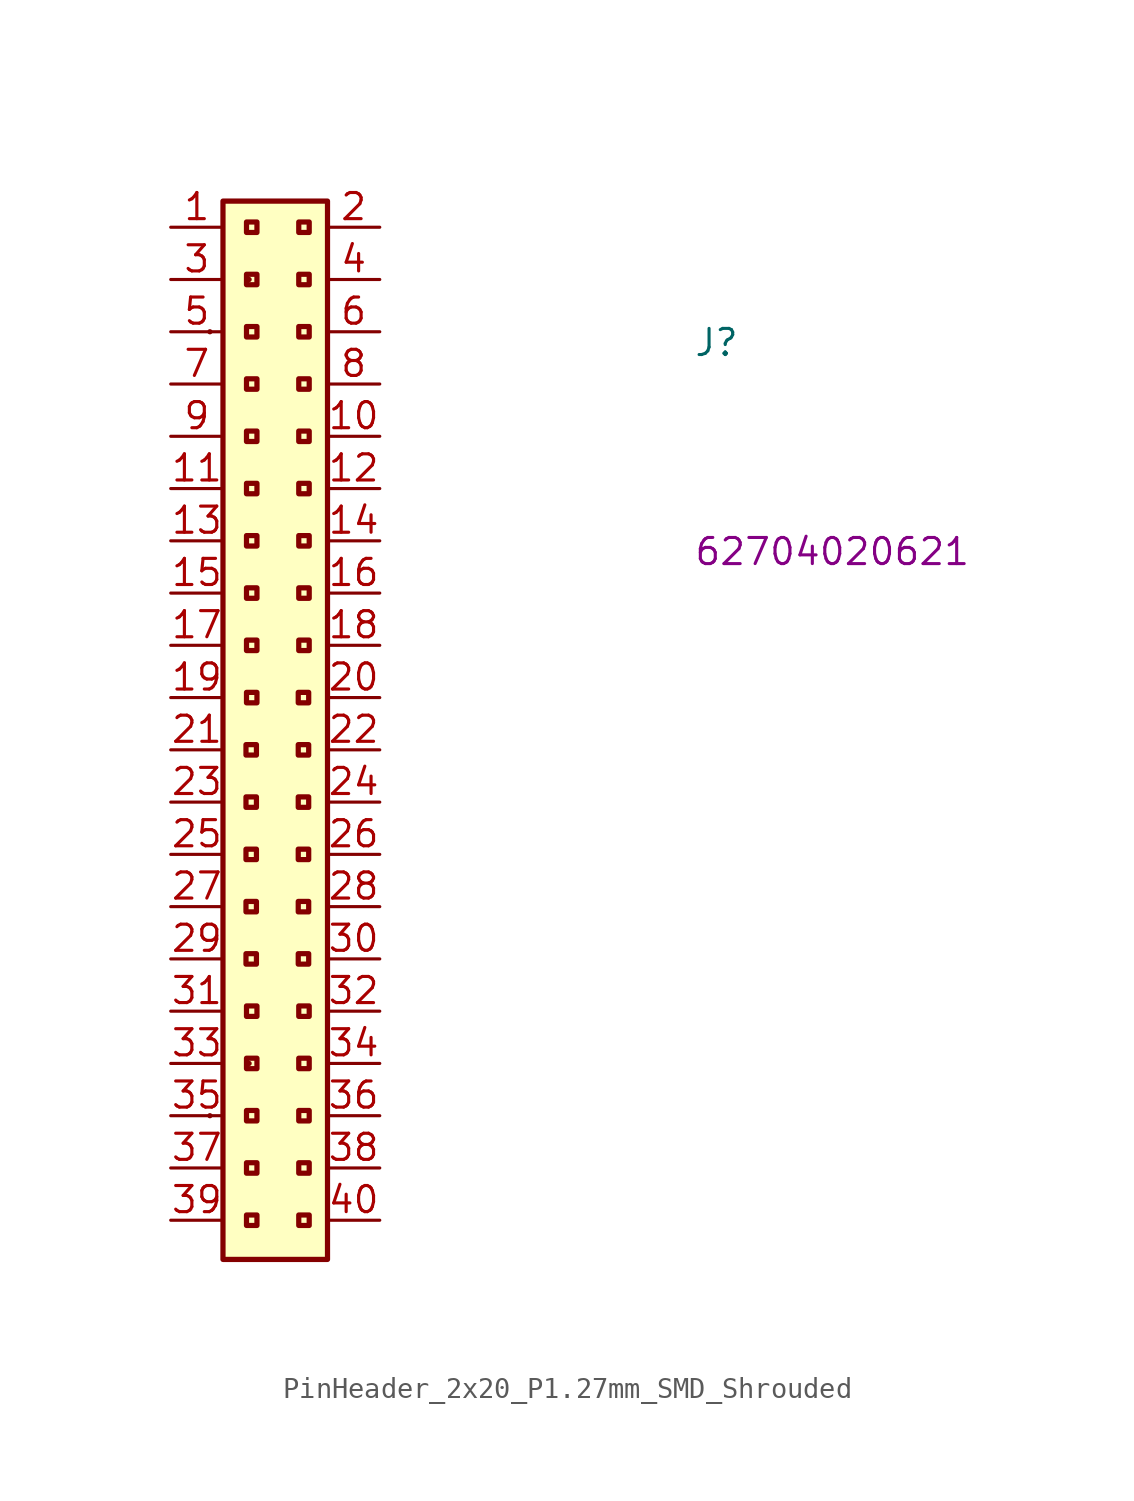
<source format=kicad_sym>
(kicad_symbol_lib
  (version 20220914)
  (generator kicad_symbol_editor)
  (symbol "PinHeader_2x20_P1.27mm_SMD_Shrouded"
    (property "Reference" "J"
      (at 25.4 -6.35 0)
      (effects (font (size 1.27 1.27) (thickness 0.15)) (justify left bottom)))
    (property "MPN" "62704020621"
      (at 25.4 -16.51 0)
      (effects (font (size 1.27 1.27) (thickness 0.15)) (justify left bottom)))
    (symbol "PinHeader_2x20_P1.27mm_SMD_Shrouded_1_1"
      (rectangle (start 1.905 -43.18) (end 1.905 -43.18) (stroke (width 0.254) (type default)) (fill (type background)))
      (rectangle (start 1.905 -5.08) (end 1.905 -5.08) (stroke (width 0.254) (type default)) (fill (type background)))
      (rectangle (start 2.54 1.27) (end 7.62 -50.165) (stroke (width 0.254) (type default)) (fill (type background)))
      (rectangle (start 3.81 -40.64) (end 3.81 -40.64) (stroke (width 0.254) (type default)) (fill (type background)))
      (rectangle (start 3.81 -2.54) (end 3.81 -2.54) (stroke (width 0.254) (type default)) (fill (type background)))
      (rectangle (start 4.166 -35.814) (end 3.658 -35.306) (stroke (width 0.254) (type default)) (fill (type background)))
      (rectangle (start 4.166 -33.274) (end 3.658 -32.766) (stroke (width 0.254) (type default)) (fill (type background)))
      (rectangle (start 4.166 -30.734) (end 3.658 -30.226) (stroke (width 0.254) (type default)) (fill (type background)))
      (rectangle (start 4.166 -28.194) (end 3.658 -27.686) (stroke (width 0.254) (type default)) (fill (type background)))
      (rectangle (start 4.166 -25.654) (end 3.658 -25.146) (stroke (width 0.254) (type default)) (fill (type background)))
      (rectangle (start 4.191 -48.514) (end 3.683 -48.006) (stroke (width 0.254) (type default)) (fill (type background)))
      (rectangle (start 4.191 -45.974) (end 3.683 -45.466) (stroke (width 0.254) (type default)) (fill (type background)))
      (rectangle (start 4.191 -43.434) (end 3.683 -42.926) (stroke (width 0.254) (type default)) (fill (type background)))
      (rectangle (start 4.191 -40.894) (end 3.683 -40.386) (stroke (width 0.254) (type default)) (fill (type background)))
      (rectangle (start 4.191 -38.354) (end 3.683 -37.846) (stroke (width 0.254) (type default)) (fill (type background)))
      (rectangle (start 4.191 -23.114) (end 3.683 -22.606) (stroke (width 0.254) (type default)) (fill (type background)))
      (rectangle (start 4.191 -20.574) (end 3.683 -20.066) (stroke (width 0.254) (type default)) (fill (type background)))
      (rectangle (start 4.191 -18.034) (end 3.683 -17.526) (stroke (width 0.254) (type default)) (fill (type background)))
      (rectangle (start 4.191 -15.494) (end 3.683 -14.986) (stroke (width 0.254) (type default)) (fill (type background)))
      (rectangle (start 4.191 -12.954) (end 3.683 -12.446) (stroke (width 0.254) (type default)) (fill (type background)))
      (rectangle (start 4.191 -10.414) (end 3.683 -9.906) (stroke (width 0.254) (type default)) (fill (type background)))
      (rectangle (start 4.191 -7.874) (end 3.683 -7.366) (stroke (width 0.254) (type default)) (fill (type background)))
      (rectangle (start 4.191 -5.334) (end 3.683 -4.826) (stroke (width 0.254) (type default)) (fill (type background)))
      (rectangle (start 4.191 -2.794) (end 3.683 -2.286) (stroke (width 0.254) (type default)) (fill (type background)))
      (rectangle (start 4.191 -0.254) (end 3.683 0.254) (stroke (width 0.254) (type default)) (fill (type background)))
      (rectangle (start 6.706 -35.814) (end 6.198 -35.306) (stroke (width 0.254) (type default)) (fill (type background)))
      (rectangle (start 6.706 -33.274) (end 6.198 -32.766) (stroke (width 0.254) (type default)) (fill (type background)))
      (rectangle (start 6.706 -30.734) (end 6.198 -30.226) (stroke (width 0.254) (type default)) (fill (type background)))
      (rectangle (start 6.706 -28.194) (end 6.198 -27.686) (stroke (width 0.254) (type default)) (fill (type background)))
      (rectangle (start 6.706 -25.654) (end 6.198 -25.146) (stroke (width 0.254) (type default)) (fill (type background)))
      (rectangle (start 6.706 -23.114) (end 6.198 -22.606) (stroke (width 0.254) (type default)) (fill (type background)))
      (rectangle (start 6.731 -48.514) (end 6.223 -48.006) (stroke (width 0.254) (type default)) (fill (type background)))
      (rectangle (start 6.731 -45.974) (end 6.223 -45.466) (stroke (width 0.254) (type default)) (fill (type background)))
      (rectangle (start 6.731 -43.434) (end 6.223 -42.926) (stroke (width 0.254) (type default)) (fill (type background)))
      (rectangle (start 6.731 -40.894) (end 6.223 -40.386) (stroke (width 0.254) (type default)) (fill (type background)))
      (rectangle (start 6.731 -38.354) (end 6.223 -37.846) (stroke (width 0.254) (type default)) (fill (type background)))
      (rectangle (start 6.731 -20.574) (end 6.223 -20.066) (stroke (width 0.254) (type default)) (fill (type background)))
      (rectangle (start 6.731 -18.034) (end 6.223 -17.526) (stroke (width 0.254) (type default)) (fill (type background)))
      (rectangle (start 6.731 -15.494) (end 6.223 -14.986) (stroke (width 0.254) (type default)) (fill (type background)))
      (rectangle (start 6.731 -12.954) (end 6.223 -12.446) (stroke (width 0.254) (type default)) (fill (type background)))
      (rectangle (start 6.731 -10.414) (end 6.223 -9.906) (stroke (width 0.254) (type default)) (fill (type background)))
      (rectangle (start 6.731 -7.874) (end 6.223 -7.366) (stroke (width 0.254) (type default)) (fill (type background)))
      (rectangle (start 6.731 -5.334) (end 6.223 -4.826) (stroke (width 0.254) (type default)) (fill (type background)))
      (rectangle (start 6.731 -2.794) (end 6.223 -2.286) (stroke (width 0.254) (type default)) (fill (type background)))
      (rectangle (start 6.731 -0.254) (end 6.223 0.254) (stroke (width 0.254) (type default)) (fill (type background)))
      (pin passive line (at 0 0 0) (length 2.54) (name "~" (effects (font (size 1.27 1.27)))) (number "1" (effects (font (size 1.27 1.27)))))
      (pin passive line (at 10.16 -10.16 180) (length 2.54) (name "~" (effects (font (size 1.27 1.27)))) (number "10" (effects (font (size 1.27 1.27)))))
      (pin passive line (at 0 -12.7 0) (length 2.54) (name "~" (effects (font (size 1.27 1.27)))) (number "11" (effects (font (size 1.27 1.27)))))
      (pin passive line (at 10.16 -12.7 180) (length 2.54) (name "~" (effects (font (size 1.27 1.27)))) (number "12" (effects (font (size 1.27 1.27)))))
      (pin passive line (at 0 -15.24 0) (length 2.54) (name "~" (effects (font (size 1.27 1.27)))) (number "13" (effects (font (size 1.27 1.27)))))
      (pin passive line (at 10.16 -15.24 180) (length 2.54) (name "~" (effects (font (size 1.27 1.27)))) (number "14" (effects (font (size 1.27 1.27)))))
      (pin passive line (at 0 -17.78 0) (length 2.54) (name "~" (effects (font (size 1.27 1.27)))) (number "15" (effects (font (size 1.27 1.27)))))
      (pin passive line (at 10.16 -17.78 180) (length 2.54) (name "~" (effects (font (size 1.27 1.27)))) (number "16" (effects (font (size 1.27 1.27)))))
      (pin passive line (at 0 -20.32 0) (length 2.54) (name "~" (effects (font (size 1.27 1.27)))) (number "17" (effects (font (size 1.27 1.27)))))
      (pin passive line (at 10.16 -20.32 180) (length 2.54) (name "~" (effects (font (size 1.27 1.27)))) (number "18" (effects (font (size 1.27 1.27)))))
      (pin passive line (at 0 -22.86 0) (length 2.54) (name "~" (effects (font (size 1.27 1.27)))) (number "19" (effects (font (size 1.27 1.27)))))
      (pin passive line (at 10.16 0 180) (length 2.54) (name "~" (effects (font (size 1.27 1.27)))) (number "2" (effects (font (size 1.27 1.27)))))
      (pin passive line (at 10.16 -22.86 180) (length 2.54) (name "~" (effects (font (size 1.27 1.27)))) (number "20" (effects (font (size 1.27 1.27)))))
      (pin passive line (at 0 -25.4 0) (length 2.54) (name "~" (effects (font (size 1.27 1.27)))) (number "21" (effects (font (size 1.27 1.27)))))
      (pin passive line (at 10.16 -25.4 180) (length 2.54) (name "~" (effects (font (size 1.27 1.27)))) (number "22" (effects (font (size 1.27 1.27)))))
      (pin passive line (at 0 -27.94 0) (length 2.54) (name "~" (effects (font (size 1.27 1.27)))) (number "23" (effects (font (size 1.27 1.27)))))
      (pin passive line (at 10.16 -27.94 180) (length 2.54) (name "~" (effects (font (size 1.27 1.27)))) (number "24" (effects (font (size 1.27 1.27)))))
      (pin passive line (at 0 -30.48 0) (length 2.54) (name "~" (effects (font (size 1.27 1.27)))) (number "25" (effects (font (size 1.27 1.27)))))
      (pin passive line (at 10.16 -30.48 180) (length 2.54) (name "~" (effects (font (size 1.27 1.27)))) (number "26" (effects (font (size 1.27 1.27)))))
      (pin passive line (at 0 -33.02 0) (length 2.54) (name "~" (effects (font (size 1.27 1.27)))) (number "27" (effects (font (size 1.27 1.27)))))
      (pin passive line (at 10.16 -33.02 180) (length 2.54) (name "~" (effects (font (size 1.27 1.27)))) (number "28" (effects (font (size 1.27 1.27)))))
      (pin passive line (at 0 -35.56 0) (length 2.54) (name "~" (effects (font (size 1.27 1.27)))) (number "29" (effects (font (size 1.27 1.27)))))
      (pin passive line (at 0 -2.54 0) (length 2.54) (name "~" (effects (font (size 1.27 1.27)))) (number "3" (effects (font (size 1.27 1.27)))))
      (pin passive line (at 10.16 -35.56 180) (length 2.54) (name "~" (effects (font (size 1.27 1.27)))) (number "30" (effects (font (size 1.27 1.27)))))
      (pin passive line (at 0 -38.1 0) (length 2.54) (name "~" (effects (font (size 1.27 1.27)))) (number "31" (effects (font (size 1.27 1.27)))))
      (pin passive line (at 10.16 -38.1 180) (length 2.54) (name "~" (effects (font (size 1.27 1.27)))) (number "32" (effects (font (size 1.27 1.27)))))
      (pin passive line (at 0 -40.64 0) (length 2.54) (name "~" (effects (font (size 1.27 1.27)))) (number "33" (effects (font (size 1.27 1.27)))))
      (pin passive line (at 10.16 -40.64 180) (length 2.54) (name "~" (effects (font (size 1.27 1.27)))) (number "34" (effects (font (size 1.27 1.27)))))
      (pin passive line (at 0 -43.18 0) (length 2.54) (name "~" (effects (font (size 1.27 1.27)))) (number "35" (effects (font (size 1.27 1.27)))))
      (pin passive line (at 10.16 -43.18 180) (length 2.54) (name "~" (effects (font (size 1.27 1.27)))) (number "36" (effects (font (size 1.27 1.27)))))
      (pin passive line (at 0 -45.72 0) (length 2.54) (name "~" (effects (font (size 1.27 1.27)))) (number "37" (effects (font (size 1.27 1.27)))))
      (pin passive line (at 10.16 -45.72 180) (length 2.54) (name "~" (effects (font (size 1.27 1.27)))) (number "38" (effects (font (size 1.27 1.27)))))
      (pin passive line (at 0 -48.26 0) (length 2.54) (name "~" (effects (font (size 1.27 1.27)))) (number "39" (effects (font (size 1.27 1.27)))))
      (pin passive line (at 10.16 -2.54 180) (length 2.54) (name "~" (effects (font (size 1.27 1.27)))) (number "4" (effects (font (size 1.27 1.27)))))
      (pin passive line (at 10.16 -48.26 180) (length 2.54) (name "~" (effects (font (size 1.27 1.27)))) (number "40" (effects (font (size 1.27 1.27)))))
      (pin passive line (at 0 -5.08 0) (length 2.54) (name "~" (effects (font (size 1.27 1.27)))) (number "5" (effects (font (size 1.27 1.27)))))
      (pin passive line (at 10.16 -5.08 180) (length 2.54) (name "~" (effects (font (size 1.27 1.27)))) (number "6" (effects (font (size 1.27 1.27)))))
      (pin passive line (at 0 -7.62 0) (length 2.54) (name "~" (effects (font (size 1.27 1.27)))) (number "7" (effects (font (size 1.27 1.27)))))
      (pin passive line (at 10.16 -7.62 180) (length 2.54) (name "~" (effects (font (size 1.27 1.27)))) (number "8" (effects (font (size 1.27 1.27)))))
      (pin passive line (at 0 -10.16 0) (length 2.54) (name "~" (effects (font (size 1.27 1.27)))) (number "9" (effects (font (size 1.27 1.27))))))))
</source>
